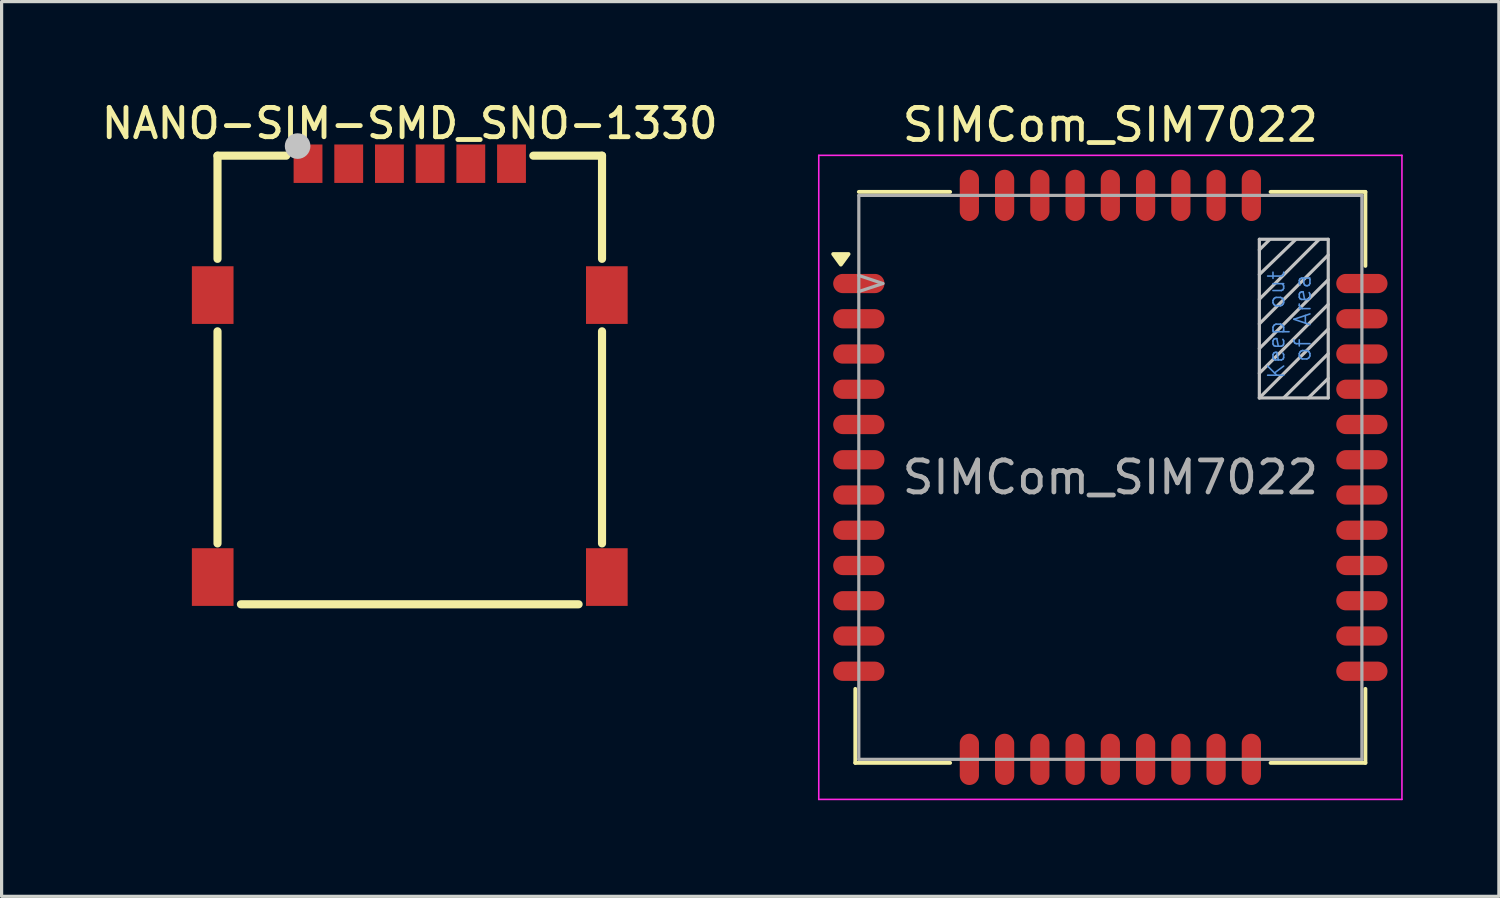
<source format=kicad_pcb>
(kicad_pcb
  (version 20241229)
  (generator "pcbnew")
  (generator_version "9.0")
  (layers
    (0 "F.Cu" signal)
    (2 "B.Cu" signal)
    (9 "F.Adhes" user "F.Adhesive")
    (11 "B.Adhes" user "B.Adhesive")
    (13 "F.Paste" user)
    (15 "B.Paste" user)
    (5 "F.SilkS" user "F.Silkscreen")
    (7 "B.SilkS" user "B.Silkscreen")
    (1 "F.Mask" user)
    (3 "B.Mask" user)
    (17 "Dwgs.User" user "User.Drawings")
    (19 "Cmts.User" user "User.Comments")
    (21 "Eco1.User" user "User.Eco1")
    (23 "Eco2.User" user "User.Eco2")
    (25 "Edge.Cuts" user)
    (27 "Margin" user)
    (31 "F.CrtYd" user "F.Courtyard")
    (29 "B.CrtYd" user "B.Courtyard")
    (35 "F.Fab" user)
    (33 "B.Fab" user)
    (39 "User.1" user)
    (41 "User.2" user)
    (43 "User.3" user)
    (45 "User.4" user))
  (footprint "SIMCom_SIM7022"
    (layer "F.Cu")
    (at 31.602 11.848)
    (property "Reference" "SIMCom_SIM7022" (at 0 -11 0) (layer "F.SilkS") (effects (font (size 1 1) (thickness 0.15))))
    (attr smd)
    (fp_line (start -7.96 8.91) (end -7.96 6.6) (stroke (width 0.12) (type solid)) (layer "F.SilkS"))
    (fp_line (start -7.96 8.91) (end -5 8.91) (stroke (width 0.12) (type solid)) (layer "F.SilkS"))
    (fp_line (start -7.85 -8.91) (end -5 -8.91) (stroke (width 0.12) (type solid)) (layer "F.SilkS"))
    (fp_line (start 7.96 -8.91) (end 5 -8.91) (stroke (width 0.12) (type solid)) (layer "F.SilkS"))
    (fp_line (start 7.96 -8.91) (end 7.96 -6.6) (stroke (width 0.12) (type solid)) (layer "F.SilkS"))
    (fp_line (start 7.96 8.91) (end 5 8.91) (stroke (width 0.12) (type solid)) (layer "F.SilkS"))
    (fp_line (start 7.96 8.91) (end 7.96 6.6) (stroke (width 0.12) (type solid)) (layer "F.SilkS"))
    (fp_poly (pts (xy -8.41 -6.64) (xy -8.65 -6.97) (xy -8.17 -6.97) (xy -8.41 -6.64)) (stroke (width 0.12) (type solid)) (fill yes) (layer "F.SilkS"))
    (fp_line (start 4.65 -7.43) (end 4.65 -2.48) (stroke (width 0.1) (type solid)) (layer "Dwgs.User"))
    (fp_line (start 4.65 -7.43) (end 6.8 -7.43) (stroke (width 0.1) (type solid)) (layer "Dwgs.User"))
    (fp_line (start 4.65 -7.1) (end 4.97 -7.42) (stroke (width 0.1) (type solid)) (layer "Dwgs.User"))
    (fp_line (start 4.65 -6.33) (end 5.78 -7.42) (stroke (width 0.1) (type solid)) (layer "Dwgs.User"))
    (fp_line (start 4.65 -5.56) (end 6.51 -7.42) (stroke (width 0.1) (type solid)) (layer "Dwgs.User"))
    (fp_line (start 4.65 -4.79) (end 6.8 -6.94) (stroke (width 0.1) (type solid)) (layer "Dwgs.User"))
    (fp_line (start 4.65 -4.02) (end 6.8 -6.17) (stroke (width 0.1) (type solid)) (layer "Dwgs.User"))
    (fp_line (start 4.65 -3.25) (end 6.8 -5.4) (stroke (width 0.1) (type solid)) (layer "Dwgs.User"))
    (fp_line (start 4.65 -2.48) (end 6.8 -4.63) (stroke (width 0.1) (type solid)) (layer "Dwgs.User"))
    (fp_line (start 4.65 -2.48) (end 6.8 -2.48) (stroke (width 0.1) (type solid)) (layer "Dwgs.User"))
    (fp_line (start 5.415 -2.486) (end 6.8 -3.86) (stroke (width 0.1) (type solid)) (layer "Dwgs.User"))
    (fp_line (start 6.18 -2.48) (end 6.8 -3.09) (stroke (width 0.1) (type solid)) (layer "Dwgs.User"))
    (fp_line (start 6.8 -7.43) (end 6.8 -2.48) (stroke (width 0.1) (type solid)) (layer "Dwgs.User"))
    (fp_line (start -9.1 -10.05) (end -9.1 10.05) (stroke (width 0.05) (type solid)) (layer "F.CrtYd"))
    (fp_line (start -9.1 -10.05) (end 9.1 -10.05) (stroke (width 0.05) (type solid)) (layer "F.CrtYd"))
    (fp_line (start -9.1 10.05) (end 9.1 10.05) (stroke (width 0.05) (type solid)) (layer "F.CrtYd"))
    (fp_line (start 9.1 -10.05) (end 9.1 10.05) (stroke (width 0.05) (type solid)) (layer "F.CrtYd"))
    (fp_line (start -7.85 -8.8) (end -7.85 8.8) (stroke (width 0.1) (type solid)) (layer "F.Fab"))
    (fp_line (start -7.85 -8.8) (end 7.85 -8.8) (stroke (width 0.1) (type solid)) (layer "F.Fab"))
    (fp_line (start -7.85 -6.3) (end -7.1 -6.05) (stroke (width 0.1) (type solid)) (layer "F.Fab"))
    (fp_line (start -7.85 -5.8) (end -7.1 -6.05) (stroke (width 0.1) (type solid)) (layer "F.Fab"))
    (fp_line (start -7.85 8.8) (end 7.85 8.8) (stroke (width 0.1) (type solid)) (layer "F.Fab"))
    (fp_line (start 7.85 -8.8) (end 7.85 8.8) (stroke (width 0.1) (type solid)) (layer "F.Fab"))
    (fp_text user "of Area" (at 6 -4.97 90) (layer "Cmts.User") (effects (font (size 0.5 0.5) (thickness 0.05))))
    (fp_text user "Keep out " (at 5.18 -4.95 90) (layer "Cmts.User") (effects (font (size 0.5 0.5) (thickness 0.05))))
    (fp_text user "${REFERENCE}" (at 0 0 0) (layer "F.Fab") (effects (font (size 1 1) (thickness 0.15))))
    (pad "" smd oval (at -7.95 -6.05) (size 1.8 0.55) (layers "F.Paste"))
    (pad "" smd oval (at -7.95 -4.95) (size 1.8 0.55) (layers "F.Paste"))
    (pad "" smd oval (at -7.95 -3.85) (size 1.8 0.55) (layers "F.Paste"))
    (pad "" smd oval (at -7.95 -2.75) (size 1.8 0.55) (layers "F.Paste"))
    (pad "" smd oval (at -7.95 -1.65) (size 1.8 0.55) (layers "F.Paste"))
    (pad "" smd oval (at -7.95 -0.55) (size 1.8 0.55) (layers "F.Paste"))
    (pad "" smd oval (at -7.95 0.55) (size 1.8 0.55) (layers "F.Paste"))
    (pad "" smd oval (at -7.95 1.65) (size 1.8 0.55) (layers "F.Paste"))
    (pad "" smd oval (at -7.95 2.75) (size 1.8 0.55) (layers "F.Paste"))
    (pad "" smd oval (at -7.95 3.85) (size 1.8 0.55) (layers "F.Paste"))
    (pad "" smd oval (at -7.95 4.95) (size 1.8 0.55) (layers "F.Paste"))
    (pad "" smd oval (at -7.95 6.05) (size 1.8 0.55) (layers "F.Paste"))
    (pad "" smd oval (at -4.4 -8.9 90) (size 1.8 0.55) (layers "F.Paste"))
    (pad "" smd oval (at -4.4 8.9 90) (size 1.8 0.55) (layers "F.Paste"))
    (pad "" smd oval (at -3.3 -8.9 90) (size 1.8 0.55) (layers "F.Paste"))
    (pad "" smd oval (at -3.3 8.9 90) (size 1.8 0.55) (layers "F.Paste"))
    (pad "" smd oval (at -2.2 -8.9 90) (size 1.8 0.55) (layers "F.Paste"))
    (pad "" smd oval (at -2.2 8.9 90) (size 1.8 0.55) (layers "F.Paste"))
    (pad "" smd oval (at -1.1 -8.9 90) (size 1.8 0.55) (layers "F.Paste"))
    (pad "" smd oval (at -1.1 8.9 90) (size 1.8 0.55) (layers "F.Paste"))
    (pad "" smd oval (at 0 -8.9 90) (size 1.8 0.55) (layers "F.Paste"))
    (pad "" smd oval (at 0 8.9 90) (size 1.8 0.55) (layers "F.Paste"))
    (pad "" smd oval (at 1.1 -8.9 90) (size 1.8 0.55) (layers "F.Paste"))
    (pad "" smd oval (at 1.1 8.9 90) (size 1.8 0.55) (layers "F.Paste"))
    (pad "" smd oval (at 2.2 -8.9 90) (size 1.8 0.55) (layers "F.Paste"))
    (pad "" smd oval (at 2.2 8.9 90) (size 1.8 0.55) (layers "F.Paste"))
    (pad "" smd oval (at 3.3 -8.9 90) (size 1.8 0.55) (layers "F.Paste"))
    (pad "" smd oval (at 3.3 8.9 90) (size 1.8 0.55) (layers "F.Paste"))
    (pad "" smd oval (at 4.4 -8.9 90) (size 1.8 0.55) (layers "F.Paste"))
    (pad "" smd oval (at 4.4 8.9 90) (size 1.8 0.55) (layers "F.Paste"))
    (pad "" smd oval (at 7.95 -6.05) (size 1.8 0.55) (layers "F.Paste"))
    (pad "" smd oval (at 7.95 -4.95) (size 1.8 0.55) (layers "F.Paste"))
    (pad "" smd oval (at 7.95 -3.85) (size 1.8 0.55) (layers "F.Paste"))
    (pad "" smd oval (at 7.95 -2.75) (size 1.8 0.55) (layers "F.Paste"))
    (pad "" smd oval (at 7.95 -1.65) (size 1.8 0.55) (layers "F.Paste"))
    (pad "" smd oval (at 7.95 -0.55) (size 1.8 0.55) (layers "F.Paste"))
    (pad "" smd oval (at 7.95 0.55) (size 1.8 0.55) (layers "F.Paste"))
    (pad "" smd oval (at 7.95 1.65) (size 1.8 0.55) (layers "F.Paste"))
    (pad "" smd oval (at 7.95 2.75) (size 1.8 0.55) (layers "F.Paste"))
    (pad "" smd oval (at 7.95 3.85) (size 1.8 0.55) (layers "F.Paste"))
    (pad "" smd oval (at 7.95 4.95) (size 1.8 0.55) (layers "F.Paste"))
    (pad "" smd oval (at 7.95 6.05) (size 1.8 0.55) (layers "F.Paste"))
    (pad "1" smd oval (at -7.85 -6.05) (size 1.6 0.6) (layers "F.Cu" "F.Mask"))
    (pad "2" smd oval (at -7.85 -4.95) (size 1.6 0.6) (layers "F.Cu" "F.Mask"))
    (pad "3" smd oval (at -7.85 -3.85) (size 1.6 0.6) (layers "F.Cu" "F.Mask"))
    (pad "4" smd oval (at -7.85 -2.75) (size 1.6 0.6) (layers "F.Cu" "F.Mask"))
    (pad "5" smd oval (at -7.85 -1.65) (size 1.6 0.6) (layers "F.Cu" "F.Mask"))
    (pad "6" smd oval (at -7.85 -0.55) (size 1.6 0.6) (layers "F.Cu" "F.Mask"))
    (pad "7" smd oval (at -7.85 0.55) (size 1.6 0.6) (layers "F.Cu" "F.Mask"))
    (pad "8" smd oval (at -7.85 1.65) (size 1.6 0.6) (layers "F.Cu" "F.Mask"))
    (pad "9" smd oval (at -7.85 2.75) (size 1.6 0.6) (layers "F.Cu" "F.Mask"))
    (pad "10" smd oval (at -7.85 3.85) (size 1.6 0.6) (layers "F.Cu" "F.Mask"))
    (pad "11" smd oval (at -7.85 4.95) (size 1.6 0.6) (layers "F.Cu" "F.Mask"))
    (pad "12" smd oval (at -7.85 6.05) (size 1.6 0.6) (layers "F.Cu" "F.Mask"))
    (pad "13" smd oval (at -4.4 8.8) (size 0.6 1.6) (layers "F.Cu" "F.Mask"))
    (pad "14" smd oval (at -3.3 8.8) (size 0.6 1.6) (layers "F.Cu" "F.Mask"))
    (pad "15" smd oval (at -2.2 8.8) (size 0.6 1.6) (layers "F.Cu" "F.Mask"))
    (pad "16" smd oval (at -1.1 8.8) (size 0.6 1.6) (layers "F.Cu" "F.Mask"))
    (pad "17" smd oval (at 0 8.8) (size 0.6 1.6) (layers "F.Cu" "F.Mask"))
    (pad "18" smd oval (at 1.1 8.8) (size 0.6 1.6) (layers "F.Cu" "F.Mask"))
    (pad "19" smd oval (at 2.2 8.8) (size 0.6 1.6) (layers "F.Cu" "F.Mask"))
    (pad "20" smd oval (at 3.3 8.8) (size 0.6 1.6) (layers "F.Cu" "F.Mask"))
    (pad "21" smd oval (at 4.4 8.8) (size 0.6 1.6) (layers "F.Cu" "F.Mask"))
    (pad "22" smd oval (at 7.85 6.05) (size 1.6 0.6) (layers "F.Cu" "F.Mask"))
    (pad "23" smd oval (at 7.85 4.95) (size 1.6 0.6) (layers "F.Cu" "F.Mask"))
    (pad "24" smd oval (at 7.85 3.85) (size 1.6 0.6) (layers "F.Cu" "F.Mask"))
    (pad "25" smd oval (at 7.85 2.75) (size 1.6 0.6) (layers "F.Cu" "F.Mask"))
    (pad "26" smd oval (at 7.85 1.65) (size 1.6 0.6) (layers "F.Cu" "F.Mask"))
    (pad "27" smd oval (at 7.85 0.55) (size 1.6 0.6) (layers "F.Cu" "F.Mask"))
    (pad "28" smd oval (at 7.85 -0.55) (size 1.6 0.6) (layers "F.Cu" "F.Mask"))
    (pad "29" smd oval (at 7.85 -1.65) (size 1.6 0.6) (layers "F.Cu" "F.Mask"))
    (pad "30" smd oval (at 7.85 -2.75) (size 1.6 0.6) (layers "F.Cu" "F.Mask"))
    (pad "31" smd oval (at 7.85 -3.85) (size 1.6 0.6) (layers "F.Cu" "F.Mask"))
    (pad "32" smd oval (at 7.85 -4.95) (size 1.6 0.6) (layers "F.Cu" "F.Mask"))
    (pad "33" smd oval (at 7.85 -6.05) (size 1.6 0.6) (layers "F.Cu" "F.Mask"))
    (pad "34" smd oval (at 4.4 -8.8) (size 0.6 1.6) (layers "F.Cu" "F.Mask"))
    (pad "35" smd oval (at 3.3 -8.8) (size 0.6 1.6) (layers "F.Cu" "F.Mask"))
    (pad "36" smd oval (at 2.2 -8.8) (size 0.6 1.6) (layers "F.Cu" "F.Mask"))
    (pad "37" smd oval (at 1.1 -8.8) (size 0.6 1.6) (layers "F.Cu" "F.Mask"))
    (pad "38" smd oval (at 0 -8.8) (size 0.6 1.6) (layers "F.Cu" "F.Mask"))
    (pad "39" smd oval (at -1.1 -8.8) (size 0.6 1.6) (layers "F.Cu" "F.Mask"))
    (pad "40" smd oval (at -2.2 -8.8) (size 0.6 1.6) (layers "F.Cu" "F.Mask"))
    (pad "41" smd oval (at -3.3 -8.8) (size 0.6 1.6) (layers "F.Cu" "F.Mask"))
    (pad "42" smd oval (at -4.4 -8.8) (size 0.6 1.6) (layers "F.Cu" "F.Mask")))
  (footprint "NANO-SIM-SMD_SNO-1330"
    (layer "F.Cu")
    (at 9.738 8.509)
    (property "Reference" "NANO-SIM-SMD_SNO-1330" (at 0 -7.707 0) (unlocked yes) (layer "F.SilkS") (effects (font (size 0.914 0.914) (thickness 0.152))))
    (fp_line (start -6 -6.7) (end -3.856 -6.7) (stroke (width 0.254) (type default)) (layer "F.SilkS"))
    (fp_line (start -6 -3.481) (end -6 -6.7) (stroke (width 0.254) (type default)) (layer "F.SilkS"))
    (fp_line (start -6 5.4) (end -6 -1.219) (stroke (width 0.254) (type default)) (layer "F.SilkS"))
    (fp_line (start -5.269 7.3) (end 5.269 7.3) (stroke (width 0.254) (type default)) (layer "F.SilkS"))
    (fp_line (start 3.856 -6.7) (end 6 -6.7) (stroke (width 0.254) (type default)) (layer "F.SilkS"))
    (fp_line (start 6 -6.7) (end 6 -3.481) (stroke (width 0.254) (type default)) (layer "F.SilkS"))
    (fp_line (start 6 -1.219) (end 6 5.4) (stroke (width 0.254) (type default)) (layer "F.SilkS"))
    (fp_circle (center -3.5 -7) (end -3.3 -7) (stroke (width 0.4) (type default)) (fill no) (layer "Dwgs.User"))
    (fp_circle (center 6.19 -6.842) (end 6.22 -6.842) (stroke (width 0.06) (type default)) (fill no) (layer "User.5"))
    (pad "8" smd rect (at 6.15 -2.35) (size 1.3 1.8) (layers "F.Cu" "F.Mask" "F.Paste"))
    (pad "9" smd rect (at 6.15 6.45) (size 1.3 1.8) (layers "F.Cu" "F.Mask" "F.Paste"))
    (pad "10" smd rect (at -6.15 6.45) (size 1.3 1.8) (layers "F.Cu" "F.Mask" "F.Paste"))
    (pad "11" smd rect (at -6.15 -2.35) (size 1.3 1.8) (layers "F.Cu" "F.Mask" "F.Paste"))
    (pad "C1" smd rect (at -3.175 -6.45) (size 0.9 1.2) (layers "F.Cu" "F.Mask" "F.Paste"))
    (pad "C2" smd rect (at -0.635 -6.45) (size 0.9 1.2) (layers "F.Cu" "F.Mask" "F.Paste"))
    (pad "C3" smd rect (at 1.905 -6.45) (size 0.9 1.2) (layers "F.Cu" "F.Mask" "F.Paste"))
    (pad "C5" smd rect (at -1.905 -6.45) (size 0.9 1.2) (layers "F.Cu" "F.Mask" "F.Paste"))
    (pad "C6" smd rect (at 0.635 -6.45) (size 0.9 1.2) (layers "F.Cu" "F.Mask" "F.Paste"))
    (pad "C7" smd rect (at 3.175 -6.45) (size 0.9 1.2) (layers "F.Cu" "F.Mask" "F.Paste"))
    (zone (net_name "") (layer "Dwgs.User") (hatch edge 0.5) (priority 100) (connect_pads yes) (min_thickness 0) (filled_areas_thickness no) (fill yes) (polygon (pts (xy 9.238 13.509) (xy 10.238 13.509) (xy 9.738 14.009))) (filled_polygon (layer "Dwgs.User") (island) (pts (xy 9.238 13.509) (xy 10.238 13.509) (xy 9.738 14.009))))
    (zone (net_name "") (layer "Dwgs.User") (hatch edge 0.5) (priority 100) (connect_pads yes) (min_thickness 0) (filled_areas_thickness no) (fill yes) (polygon (pts (xy 5.238 15.01) (xy 5.238 8.51) (xy 6.238 8.51) (xy 6.238 15.01))) (filled_polygon (layer "Dwgs.User") (island) (pts (xy 5.238 15.01) (xy 5.238 8.51) (xy 6.238 8.51) (xy 6.238 15.01))))
    (zone (net_name "") (layer "Dwgs.User") (hatch edge 0.5) (priority 100) (connect_pads yes) (min_thickness 0) (filled_areas_thickness no) (fill yes) (polygon (pts (xy 14.238 15.01) (xy 14.238 8.51) (xy 13.238 8.51) (xy 13.238 15.01))) (filled_polygon (layer "Dwgs.User") (island) (pts (xy 14.238 15.01) (xy 14.238 8.51) (xy 13.238 8.51) (xy 13.238 15.01))))
    (zone (net_name "") (layer "Dwgs.User") (hatch edge 0.5) (priority 100) (connect_pads yes) (min_thickness 0) (filled_areas_thickness no) (fill yes) (polygon (pts (xy 6.238 8.51) (xy 13.238 8.51) (xy 13.238 9.509) (xy 6.238 9.509) (xy 5.738 9.509))) (filled_polygon (layer "Dwgs.User") (island) (pts (xy 6.238 8.51) (xy 13.238 8.51) (xy 13.238 9.509) (xy 6.238 9.509) (xy 5.738 9.509))))
    (zone (net_name "") (layer "Dwgs.User") (hatch edge 0.5) (priority 100) (connect_pads yes) (min_thickness 0) (filled_areas_thickness no) (fill yes) (polygon (pts (xy 9.738 13.51) (xy 9.638 13.51) (xy 9.638 12.309) (xy 9.838 12.309) (xy 9.838 13.51))) (filled_polygon (layer "Dwgs.User") (island) (pts (xy 9.738 13.51) (xy 9.638 13.51) (xy 9.638 12.309) (xy 9.838 12.309) (xy 9.838 13.51))))
    (zone (net_name "") (layer "User.3") (hatch edge 0.5) (priority 100) (connect_pads yes) (min_thickness 0) (filled_areas_thickness no) (fill yes) (polygon (pts (xy 4.138 15.767) (xy 4.138 1.767) (xy 5.838 1.769) (xy 5.848 2.869) (xy 13.628 2.869) (xy 13.638 1.769) (xy 15.338 1.767) (xy 15.338 15.767))) (filled_polygon (layer "User.3") (island) (pts (xy 4.138 15.767) (xy 4.138 1.767) (xy 5.838 1.769) (xy 5.848 2.869) (xy 13.628 2.869) (xy 13.638 1.769) (xy 15.338 1.767) (xy 15.338 15.767))))
    (zone (net_name "") (layer "User.4") (hatch edge 0.5) (priority 100) (connect_pads yes) (min_thickness 0) (filled_areas_thickness no) (fill yes) (polygon (pts (xy 3.539 5.469) (xy 4.139 5.469) (xy 4.139 6.669) (xy 3.539 6.669))) (filled_polygon (layer "User.4") (island) (pts (xy 3.539 5.469) (xy 4.139 5.469) (xy 4.139 6.669) (xy 3.539 6.669))))
    (zone (net_name "") (layer "User.4") (hatch edge 0.5) (priority 100) (connect_pads yes) (min_thickness 0) (filled_areas_thickness no) (fill yes) (polygon (pts (xy 3.539 14.268) (xy 4.139 14.268) (xy 4.139 15.468) (xy 3.539 15.468))) (filled_polygon (layer "User.4") (island) (pts (xy 3.539 14.268) (xy 4.139 14.268) (xy 4.139 15.468) (xy 3.539 15.468))))
    (zone (net_name "") (layer "User.4") (hatch edge 0.5) (priority 100) (connect_pads yes) (min_thickness 0) (filled_areas_thickness no) (fill yes) (polygon (pts (xy 6.313 1.668) (xy 6.813 1.668) (xy 6.813 2.509) (xy 6.313 2.509))) (filled_polygon (layer "User.4") (island) (pts (xy 6.313 1.668) (xy 6.813 1.668) (xy 6.813 2.509) (xy 6.313 2.509))))
    (zone (net_name "") (layer "User.4") (hatch edge 0.5) (priority 100) (connect_pads) (min_thickness 0) (filled_areas_thickness no) (keepout (tracks allowed) (vias allowed) (pads allowed) (copperpour not_allowed) (footprints allowed)) (placement (enabled no)) (fill) (polygon (pts (xy 6.313 2.98) (xy 6.313 2.48) (xy 6.813 2.48) (xy 6.813 2.98))))
    (zone (net_name "") (layer "User.4") (hatch edge 0.5) (priority 100) (connect_pads yes) (min_thickness 0) (filled_areas_thickness no) (fill yes) (polygon (pts (xy 7.583 1.668) (xy 8.083 1.668) (xy 8.083 2.509) (xy 7.583 2.509))) (filled_polygon (layer "User.4") (island) (pts (xy 7.583 1.668) (xy 8.083 1.668) (xy 8.083 2.509) (xy 7.583 2.509))))
    (zone (net_name "") (layer "User.4") (hatch edge 0.5) (priority 100) (connect_pads) (min_thickness 0) (filled_areas_thickness no) (keepout (tracks allowed) (vias allowed) (pads allowed) (copperpour not_allowed) (footprints allowed)) (placement (enabled no)) (fill) (polygon (pts (xy 7.583 2.98) (xy 7.583 2.48) (xy 8.083 2.48) (xy 8.083 2.98))))
    (zone (net_name "") (layer "User.4") (hatch edge 0.5) (priority 100) (connect_pads yes) (min_thickness 0) (filled_areas_thickness no) (fill yes) (polygon (pts (xy 8.853 1.668) (xy 9.353 1.668) (xy 9.353 2.509) (xy 8.853 2.509))) (filled_polygon (layer "User.4") (island) (pts (xy 8.853 1.668) (xy 9.353 1.668) (xy 9.353 2.509) (xy 8.853 2.509))))
    (zone (net_name "") (layer "User.4") (hatch edge 0.5) (priority 100) (connect_pads) (min_thickness 0) (filled_areas_thickness no) (keepout (tracks allowed) (vias allowed) (pads allowed) (copperpour not_allowed) (footprints allowed)) (placement (enabled no)) (fill) (polygon (pts (xy 8.853 2.979) (xy 8.853 2.479) (xy 9.353 2.479) (xy 9.353 2.979))))
    (zone (net_name "") (layer "User.4") (hatch edge 0.5) (priority 100) (connect_pads yes) (min_thickness 0) (filled_areas_thickness no) (fill yes) (polygon (pts (xy 10.123 1.668) (xy 10.623 1.668) (xy 10.623 2.509) (xy 10.123 2.509))) (filled_polygon (layer "User.4") (island) (pts (xy 10.123 1.668) (xy 10.623 1.668) (xy 10.623 2.509) (xy 10.123 2.509))))
    (zone (net_name "") (layer "User.4") (hatch edge 0.5) (priority 100) (connect_pads) (min_thickness 0) (filled_areas_thickness no) (keepout (tracks allowed) (vias allowed) (pads allowed) (copperpour not_allowed) (footprints allowed)) (placement (enabled no)) (fill) (polygon (pts (xy 10.123 2.979) (xy 10.123 2.479) (xy 10.623 2.479) (xy 10.623 2.979))))
    (zone (net_name "") (layer "User.4") (hatch edge 0.5) (priority 100) (connect_pads yes) (min_thickness 0) (filled_areas_thickness no) (fill yes) (polygon (pts (xy 11.393 1.668) (xy 11.893 1.668) (xy 11.893 2.509) (xy 11.393 2.509))) (filled_polygon (layer "User.4") (island) (pts (xy 11.393 1.668) (xy 11.893 1.668) (xy 11.893 2.509) (xy 11.393 2.509))))
    (zone (net_name "") (layer "User.4") (hatch edge 0.5) (priority 100) (connect_pads) (min_thickness 0) (filled_areas_thickness no) (keepout (tracks allowed) (vias allowed) (pads allowed) (copperpour not_allowed) (footprints allowed)) (placement (enabled no)) (fill) (polygon (pts (xy 11.393 2.98) (xy 11.393 2.48) (xy 11.893 2.48) (xy 11.893 2.98))))
    (zone (net_name "") (layer "User.4") (hatch edge 0.5) (priority 100) (connect_pads yes) (min_thickness 0) (filled_areas_thickness no) (fill yes) (polygon (pts (xy 12.663 1.668) (xy 13.163 1.668) (xy 13.163 2.509) (xy 12.663 2.509))) (filled_polygon (layer "User.4") (island) (pts (xy 12.663 1.668) (xy 13.163 1.668) (xy 13.163 2.509) (xy 12.663 2.509))))
    (zone (net_name "") (layer "User.4") (hatch edge 0.5) (priority 100) (connect_pads) (min_thickness 0) (filled_areas_thickness no) (keepout (tracks allowed) (vias allowed) (pads allowed) (copperpour not_allowed) (footprints allowed)) (placement (enabled no)) (fill) (polygon (pts (xy 12.663 2.979) (xy 12.663 2.479) (xy 13.163 2.479) (xy 13.163 2.979))))
    (zone (net_name "") (layer "User.4") (hatch edge 0.5) (priority 100) (connect_pads yes) (min_thickness 0) (filled_areas_thickness no) (fill yes) (polygon (pts (xy 15.329 5.468) (xy 15.929 5.468) (xy 15.929 6.668) (xy 15.329 6.668))) (filled_polygon (layer "User.4") (island) (pts (xy 15.329 5.468) (xy 15.929 5.468) (xy 15.929 6.668) (xy 15.329 6.668))))
    (zone (net_name "") (layer "User.4") (hatch edge 0.5) (priority 100) (connect_pads yes) (min_thickness 0) (filled_areas_thickness no) (fill yes) (polygon (pts (xy 15.329 14.268) (xy 15.929 14.268) (xy 15.929 15.468) (xy 15.329 15.468))) (filled_polygon (layer "User.4") (island) (pts (xy 15.329 14.268) (xy 15.929 14.268) (xy 15.929 15.468) (xy 15.329 15.468)))))
  (gr_rect
    (start -3 -3)
    (end 43.727 24.923)
    (stroke (width 0.1) (type default))
    (fill no)
    (layer "Edge.Cuts")))
</source>
